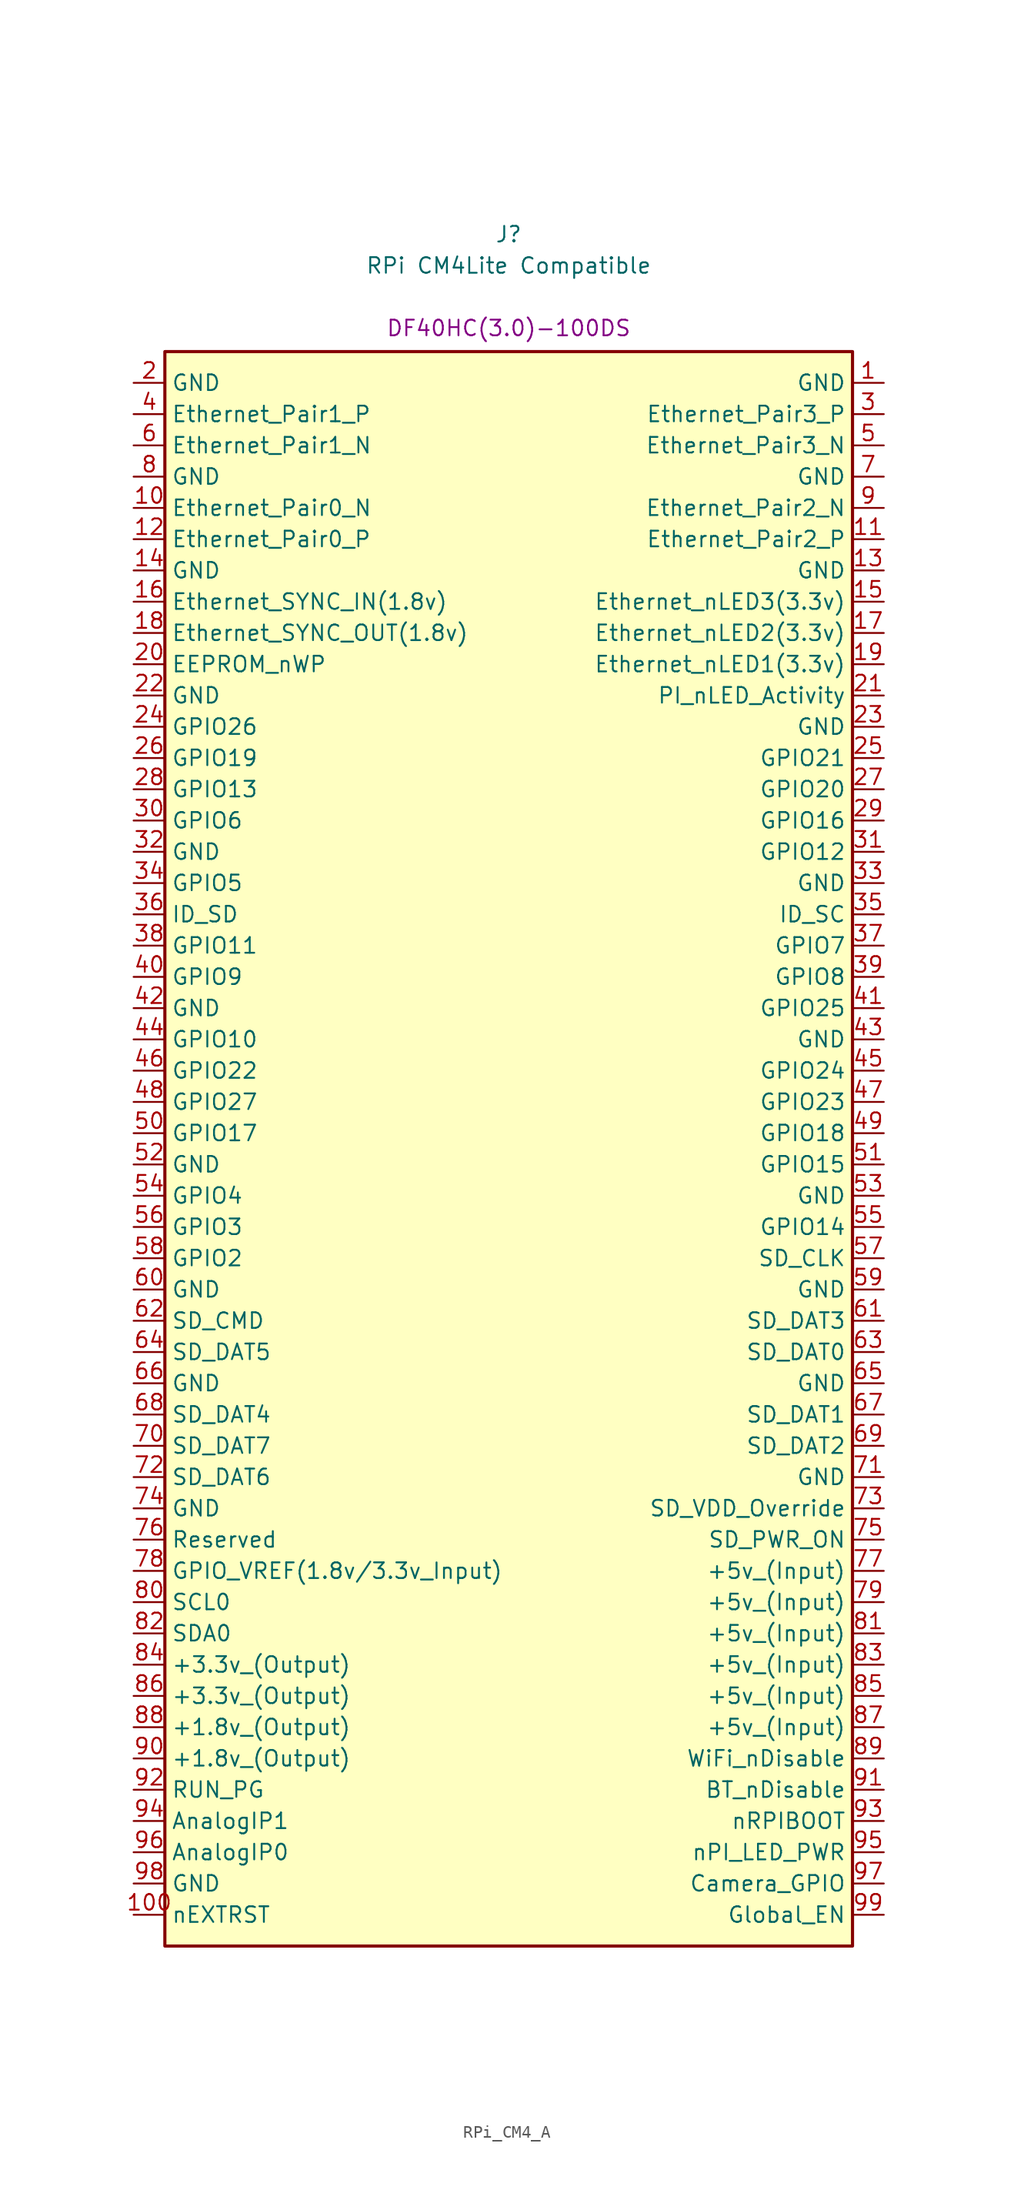
<source format=kicad_sym>
(kicad_symbol_lib
  (version 20220914)
  (generator kicad_symbol_editor)
  (symbol "RPi_CM4_A"
    (property "Reference" "J"
      (at 0 67.945 0)
      (effects (font (size 1.27 1.27))))
    (property "Value" "RPi CM4Lite Compatible"
      (at 0 65.405 0)
      (effects (font (size 1.27 1.27))))
    (property "Field5" "DF40HC(3.0)-100DS"
      (at 0 60.325 0)
      (effects (font (size 1.27 1.27))))
    (symbol "RPi_CM4_A_1_1"
      (rectangle (start -27.94 58.42) (end 27.94 -71.12) (stroke (width 0.254) (type default)) (fill (type background)))
      (pin power_in line (at 30.48 55.88 180) (length 2.54) (name "GND" (effects (font (size 1.27 1.27)))) (number "1" (effects (font (size 1.27 1.27)))))
      (pin passive line (at -30.48 45.72 0) (length 2.54) (name "Ethernet_Pair0_N" (effects (font (size 1.27 1.27)))) (number "10" (effects (font (size 1.27 1.27)))))
      (pin output line (at -30.48 -68.58 0) (length 2.54) (name "nEXTRST" (effects (font (size 1.27 1.27)))) (number "100" (effects (font (size 1.27 1.27)))))
      (pin passive line (at 30.48 43.18 180) (length 2.54) (name "Ethernet_Pair2_P" (effects (font (size 1.27 1.27)))) (number "11" (effects (font (size 1.27 1.27)))))
      (pin passive line (at -30.48 43.18 0) (length 2.54) (name "Ethernet_Pair0_P" (effects (font (size 1.27 1.27)))) (number "12" (effects (font (size 1.27 1.27)))))
      (pin power_in line (at 30.48 40.64 180) (length 2.54) (name "GND" (effects (font (size 1.27 1.27)))) (number "13" (effects (font (size 1.27 1.27)))))
      (pin power_in line (at -30.48 40.64 0) (length 2.54) (name "GND" (effects (font (size 1.27 1.27)))) (number "14" (effects (font (size 1.27 1.27)))))
      (pin output line (at 30.48 38.1 180) (length 2.54) (name "Ethernet_nLED3(3.3v)" (effects (font (size 1.27 1.27)))) (number "15" (effects (font (size 1.27 1.27)))))
      (pin input line (at -30.48 38.1 0) (length 2.54) (name "Ethernet_SYNC_IN(1.8v)" (effects (font (size 1.27 1.27)))) (number "16" (effects (font (size 1.27 1.27)))))
      (pin output line (at 30.48 35.56 180) (length 2.54) (name "Ethernet_nLED2(3.3v)" (effects (font (size 1.27 1.27)))) (number "17" (effects (font (size 1.27 1.27)))))
      (pin input line (at -30.48 35.56 0) (length 2.54) (name "Ethernet_SYNC_OUT(1.8v)" (effects (font (size 1.27 1.27)))) (number "18" (effects (font (size 1.27 1.27)))))
      (pin output line (at 30.48 33.02 180) (length 2.54) (name "Ethernet_nLED1(3.3v)" (effects (font (size 1.27 1.27)))) (number "19" (effects (font (size 1.27 1.27)))))
      (pin power_in line (at -30.48 55.88 0) (length 2.54) (name "GND" (effects (font (size 1.27 1.27)))) (number "2" (effects (font (size 1.27 1.27)))))
      (pin passive line (at -30.48 33.02 0) (length 2.54) (name "EEPROM_nWP" (effects (font (size 1.27 1.27)))) (number "20" (effects (font (size 1.27 1.27)))))
      (pin open_collector line (at 30.48 30.48 180) (length 2.54) (name "PI_nLED_Activity" (effects (font (size 1.27 1.27)))) (number "21" (effects (font (size 1.27 1.27)))))
      (pin power_in line (at -30.48 30.48 0) (length 2.54) (name "GND" (effects (font (size 1.27 1.27)))) (number "22" (effects (font (size 1.27 1.27)))))
      (pin power_in line (at 30.48 27.94 180) (length 2.54) (name "GND" (effects (font (size 1.27 1.27)))) (number "23" (effects (font (size 1.27 1.27)))))
      (pin passive line (at -30.48 27.94 0) (length 2.54) (name "GPIO26" (effects (font (size 1.27 1.27)))) (number "24" (effects (font (size 1.27 1.27)))))
      (pin passive line (at 30.48 25.4 180) (length 2.54) (name "GPIO21" (effects (font (size 1.27 1.27)))) (number "25" (effects (font (size 1.27 1.27)))))
      (pin passive line (at -30.48 25.4 0) (length 2.54) (name "GPIO19" (effects (font (size 1.27 1.27)))) (number "26" (effects (font (size 1.27 1.27)))))
      (pin passive line (at 30.48 22.86 180) (length 2.54) (name "GPIO20" (effects (font (size 1.27 1.27)))) (number "27" (effects (font (size 1.27 1.27)))))
      (pin passive line (at -30.48 22.86 0) (length 2.54) (name "GPIO13" (effects (font (size 1.27 1.27)))) (number "28" (effects (font (size 1.27 1.27)))))
      (pin passive line (at 30.48 20.32 180) (length 2.54) (name "GPIO16" (effects (font (size 1.27 1.27)))) (number "29" (effects (font (size 1.27 1.27)))))
      (pin passive line (at 30.48 53.34 180) (length 2.54) (name "Ethernet_Pair3_P" (effects (font (size 1.27 1.27)))) (number "3" (effects (font (size 1.27 1.27)))))
      (pin passive line (at -30.48 20.32 0) (length 2.54) (name "GPIO6" (effects (font (size 1.27 1.27)))) (number "30" (effects (font (size 1.27 1.27)))))
      (pin passive line (at 30.48 17.78 180) (length 2.54) (name "GPIO12" (effects (font (size 1.27 1.27)))) (number "31" (effects (font (size 1.27 1.27)))))
      (pin power_in line (at -30.48 17.78 0) (length 2.54) (name "GND" (effects (font (size 1.27 1.27)))) (number "32" (effects (font (size 1.27 1.27)))))
      (pin power_in line (at 30.48 15.24 180) (length 2.54) (name "GND" (effects (font (size 1.27 1.27)))) (number "33" (effects (font (size 1.27 1.27)))))
      (pin passive line (at -30.48 15.24 0) (length 2.54) (name "GPIO5" (effects (font (size 1.27 1.27)))) (number "34" (effects (font (size 1.27 1.27)))))
      (pin passive line (at 30.48 12.7 180) (length 2.54) (name "ID_SC" (effects (font (size 1.27 1.27)))) (number "35" (effects (font (size 1.27 1.27)))))
      (pin passive line (at -30.48 12.7 0) (length 2.54) (name "ID_SD" (effects (font (size 1.27 1.27)))) (number "36" (effects (font (size 1.27 1.27)))))
      (pin passive line (at 30.48 10.16 180) (length 2.54) (name "GPIO7" (effects (font (size 1.27 1.27)))) (number "37" (effects (font (size 1.27 1.27)))))
      (pin passive line (at -30.48 10.16 0) (length 2.54) (name "GPIO11" (effects (font (size 1.27 1.27)))) (number "38" (effects (font (size 1.27 1.27)))))
      (pin passive line (at 30.48 7.62 180) (length 2.54) (name "GPIO8" (effects (font (size 1.27 1.27)))) (number "39" (effects (font (size 1.27 1.27)))))
      (pin passive line (at -30.48 53.34 0) (length 2.54) (name "Ethernet_Pair1_P" (effects (font (size 1.27 1.27)))) (number "4" (effects (font (size 1.27 1.27)))))
      (pin passive line (at -30.48 7.62 0) (length 2.54) (name "GPIO9" (effects (font (size 1.27 1.27)))) (number "40" (effects (font (size 1.27 1.27)))))
      (pin passive line (at 30.48 5.08 180) (length 2.54) (name "GPIO25" (effects (font (size 1.27 1.27)))) (number "41" (effects (font (size 1.27 1.27)))))
      (pin power_in line (at -30.48 5.08 0) (length 2.54) (name "GND" (effects (font (size 1.27 1.27)))) (number "42" (effects (font (size 1.27 1.27)))))
      (pin power_in line (at 30.48 2.54 180) (length 2.54) (name "GND" (effects (font (size 1.27 1.27)))) (number "43" (effects (font (size 1.27 1.27)))))
      (pin passive line (at -30.48 2.54 0) (length 2.54) (name "GPIO10" (effects (font (size 1.27 1.27)))) (number "44" (effects (font (size 1.27 1.27)))))
      (pin passive line (at 30.48 0 180) (length 2.54) (name "GPIO24" (effects (font (size 1.27 1.27)))) (number "45" (effects (font (size 1.27 1.27)))))
      (pin passive line (at -30.48 0 0) (length 2.54) (name "GPIO22" (effects (font (size 1.27 1.27)))) (number "46" (effects (font (size 1.27 1.27)))))
      (pin passive line (at 30.48 -2.54 180) (length 2.54) (name "GPIO23" (effects (font (size 1.27 1.27)))) (number "47" (effects (font (size 1.27 1.27)))))
      (pin passive line (at -30.48 -2.54 0) (length 2.54) (name "GPIO27" (effects (font (size 1.27 1.27)))) (number "48" (effects (font (size 1.27 1.27)))))
      (pin passive line (at 30.48 -5.08 180) (length 2.54) (name "GPIO18" (effects (font (size 1.27 1.27)))) (number "49" (effects (font (size 1.27 1.27)))))
      (pin passive line (at 30.48 50.8 180) (length 2.54) (name "Ethernet_Pair3_N" (effects (font (size 1.27 1.27)))) (number "5" (effects (font (size 1.27 1.27)))))
      (pin passive line (at -30.48 -5.08 0) (length 2.54) (name "GPIO17" (effects (font (size 1.27 1.27)))) (number "50" (effects (font (size 1.27 1.27)))))
      (pin passive line (at 30.48 -7.62 180) (length 2.54) (name "GPIO15" (effects (font (size 1.27 1.27)))) (number "51" (effects (font (size 1.27 1.27)))))
      (pin power_in line (at -30.48 -7.62 0) (length 2.54) (name "GND" (effects (font (size 1.27 1.27)))) (number "52" (effects (font (size 1.27 1.27)))))
      (pin power_in line (at 30.48 -10.16 180) (length 2.54) (name "GND" (effects (font (size 1.27 1.27)))) (number "53" (effects (font (size 1.27 1.27)))))
      (pin passive line (at -30.48 -10.16 0) (length 2.54) (name "GPIO4" (effects (font (size 1.27 1.27)))) (number "54" (effects (font (size 1.27 1.27)))))
      (pin passive line (at 30.48 -12.7 180) (length 2.54) (name "GPIO14" (effects (font (size 1.27 1.27)))) (number "55" (effects (font (size 1.27 1.27)))))
      (pin passive line (at -30.48 -12.7 0) (length 2.54) (name "GPIO3" (effects (font (size 1.27 1.27)))) (number "56" (effects (font (size 1.27 1.27)))))
      (pin passive line (at 30.48 -15.24 180) (length 2.54) (name "SD_CLK" (effects (font (size 1.27 1.27)))) (number "57" (effects (font (size 1.27 1.27)))))
      (pin passive line (at -30.48 -15.24 0) (length 2.54) (name "GPIO2" (effects (font (size 1.27 1.27)))) (number "58" (effects (font (size 1.27 1.27)))))
      (pin power_in line (at 30.48 -17.78 180) (length 2.54) (name "GND" (effects (font (size 1.27 1.27)))) (number "59" (effects (font (size 1.27 1.27)))))
      (pin passive line (at -30.48 50.8 0) (length 2.54) (name "Ethernet_Pair1_N" (effects (font (size 1.27 1.27)))) (number "6" (effects (font (size 1.27 1.27)))))
      (pin power_in line (at -30.48 -17.78 0) (length 2.54) (name "GND" (effects (font (size 1.27 1.27)))) (number "60" (effects (font (size 1.27 1.27)))))
      (pin passive line (at 30.48 -20.32 180) (length 2.54) (name "SD_DAT3" (effects (font (size 1.27 1.27)))) (number "61" (effects (font (size 1.27 1.27)))))
      (pin passive line (at -30.48 -20.32 0) (length 2.54) (name "SD_CMD" (effects (font (size 1.27 1.27)))) (number "62" (effects (font (size 1.27 1.27)))))
      (pin passive line (at 30.48 -22.86 180) (length 2.54) (name "SD_DAT0" (effects (font (size 1.27 1.27)))) (number "63" (effects (font (size 1.27 1.27)))))
      (pin passive line (at -30.48 -22.86 0) (length 2.54) (name "SD_DAT5" (effects (font (size 1.27 1.27)))) (number "64" (effects (font (size 1.27 1.27)))))
      (pin power_in line (at 30.48 -25.4 180) (length 2.54) (name "GND" (effects (font (size 1.27 1.27)))) (number "65" (effects (font (size 1.27 1.27)))))
      (pin power_in line (at -30.48 -25.4 0) (length 2.54) (name "GND" (effects (font (size 1.27 1.27)))) (number "66" (effects (font (size 1.27 1.27)))))
      (pin passive line (at 30.48 -27.94 180) (length 2.54) (name "SD_DAT1" (effects (font (size 1.27 1.27)))) (number "67" (effects (font (size 1.27 1.27)))))
      (pin passive line (at -30.48 -27.94 0) (length 2.54) (name "SD_DAT4" (effects (font (size 1.27 1.27)))) (number "68" (effects (font (size 1.27 1.27)))))
      (pin passive line (at 30.48 -30.48 180) (length 2.54) (name "SD_DAT2" (effects (font (size 1.27 1.27)))) (number "69" (effects (font (size 1.27 1.27)))))
      (pin power_in line (at 30.48 48.26 180) (length 2.54) (name "GND" (effects (font (size 1.27 1.27)))) (number "7" (effects (font (size 1.27 1.27)))))
      (pin passive line (at -30.48 -30.48 0) (length 2.54) (name "SD_DAT7" (effects (font (size 1.27 1.27)))) (number "70" (effects (font (size 1.27 1.27)))))
      (pin power_in line (at 30.48 -33.02 180) (length 2.54) (name "GND" (effects (font (size 1.27 1.27)))) (number "71" (effects (font (size 1.27 1.27)))))
      (pin passive line (at -30.48 -33.02 0) (length 2.54) (name "SD_DAT6" (effects (font (size 1.27 1.27)))) (number "72" (effects (font (size 1.27 1.27)))))
      (pin input line (at 30.48 -35.56 180) (length 2.54) (name "SD_VDD_Override" (effects (font (size 1.27 1.27)))) (number "73" (effects (font (size 1.27 1.27)))))
      (pin power_in line (at -30.48 -35.56 0) (length 2.54) (name "GND" (effects (font (size 1.27 1.27)))) (number "74" (effects (font (size 1.27 1.27)))))
      (pin output line (at 30.48 -38.1 180) (length 2.54) (name "SD_PWR_ON" (effects (font (size 1.27 1.27)))) (number "75" (effects (font (size 1.27 1.27)))))
      (pin passive line (at -30.48 -38.1 0) (length 2.54) (name "Reserved" (effects (font (size 1.27 1.27)))) (number "76" (effects (font (size 1.27 1.27)))))
      (pin power_in line (at 30.48 -40.64 180) (length 2.54) (name "+5v_(Input)" (effects (font (size 1.27 1.27)))) (number "77" (effects (font (size 1.27 1.27)))))
      (pin power_in line (at -30.48 -40.64 0) (length 2.54) (name "GPIO_VREF(1.8v/3.3v_Input)" (effects (font (size 1.27 1.27)))) (number "78" (effects (font (size 1.27 1.27)))))
      (pin power_in line (at 30.48 -43.18 180) (length 2.54) (name "+5v_(Input)" (effects (font (size 1.27 1.27)))) (number "79" (effects (font (size 1.27 1.27)))))
      (pin power_in line (at -30.48 48.26 0) (length 2.54) (name "GND" (effects (font (size 1.27 1.27)))) (number "8" (effects (font (size 1.27 1.27)))))
      (pin passive line (at -30.48 -43.18 0) (length 2.54) (name "SCL0" (effects (font (size 1.27 1.27)))) (number "80" (effects (font (size 1.27 1.27)))))
      (pin power_in line (at 30.48 -45.72 180) (length 2.54) (name "+5v_(Input)" (effects (font (size 1.27 1.27)))) (number "81" (effects (font (size 1.27 1.27)))))
      (pin passive line (at -30.48 -45.72 0) (length 2.54) (name "SDA0" (effects (font (size 1.27 1.27)))) (number "82" (effects (font (size 1.27 1.27)))))
      (pin power_in line (at 30.48 -48.26 180) (length 2.54) (name "+5v_(Input)" (effects (font (size 1.27 1.27)))) (number "83" (effects (font (size 1.27 1.27)))))
      (pin power_out line (at -30.48 -48.26 0) (length 2.54) (name "+3.3v_(Output)" (effects (font (size 1.27 1.27)))) (number "84" (effects (font (size 1.27 1.27)))))
      (pin power_in line (at 30.48 -50.8 180) (length 2.54) (name "+5v_(Input)" (effects (font (size 1.27 1.27)))) (number "85" (effects (font (size 1.27 1.27)))))
      (pin power_out line (at -30.48 -50.8 0) (length 2.54) (name "+3.3v_(Output)" (effects (font (size 1.27 1.27)))) (number "86" (effects (font (size 1.27 1.27)))))
      (pin power_in line (at 30.48 -53.34 180) (length 2.54) (name "+5v_(Input)" (effects (font (size 1.27 1.27)))) (number "87" (effects (font (size 1.27 1.27)))))
      (pin power_out line (at -30.48 -53.34 0) (length 2.54) (name "+1.8v_(Output)" (effects (font (size 1.27 1.27)))) (number "88" (effects (font (size 1.27 1.27)))))
      (pin power_in line (at 30.48 -55.88 180) (length 2.54) (name "WiFi_nDisable" (effects (font (size 1.27 1.27)))) (number "89" (effects (font (size 1.27 1.27)))))
      (pin passive line (at 30.48 45.72 180) (length 2.54) (name "Ethernet_Pair2_N" (effects (font (size 1.27 1.27)))) (number "9" (effects (font (size 1.27 1.27)))))
      (pin power_out line (at -30.48 -55.88 0) (length 2.54) (name "+1.8v_(Output)" (effects (font (size 1.27 1.27)))) (number "90" (effects (font (size 1.27 1.27)))))
      (pin power_in line (at 30.48 -58.42 180) (length 2.54) (name "BT_nDisable" (effects (font (size 1.27 1.27)))) (number "91" (effects (font (size 1.27 1.27)))))
      (pin passive line (at -30.48 -58.42 0) (length 2.54) (name "RUN_PG" (effects (font (size 1.27 1.27)))) (number "92" (effects (font (size 1.27 1.27)))))
      (pin input line (at 30.48 -60.96 180) (length 2.54) (name "nRPIBOOT" (effects (font (size 1.27 1.27)))) (number "93" (effects (font (size 1.27 1.27)))))
      (pin passive line (at -30.48 -60.96 0) (length 2.54) (name "AnalogIP1" (effects (font (size 1.27 1.27)))) (number "94" (effects (font (size 1.27 1.27)))))
      (pin output line (at 30.48 -63.5 180) (length 2.54) (name "nPI_LED_PWR" (effects (font (size 1.27 1.27)))) (number "95" (effects (font (size 1.27 1.27)))))
      (pin passive line (at -30.48 -63.5 0) (length 2.54) (name "AnalogIP0" (effects (font (size 1.27 1.27)))) (number "96" (effects (font (size 1.27 1.27)))))
      (pin passive line (at 30.48 -66.04 180) (length 2.54) (name "Camera_GPIO" (effects (font (size 1.27 1.27)))) (number "97" (effects (font (size 1.27 1.27)))))
      (pin power_in line (at -30.48 -66.04 0) (length 2.54) (name "GND" (effects (font (size 1.27 1.27)))) (number "98" (effects (font (size 1.27 1.27)))))
      (pin input line (at 30.48 -68.58 180) (length 2.54) (name "Global_EN" (effects (font (size 1.27 1.27)))) (number "99" (effects (font (size 1.27 1.27))))))))
</source>
